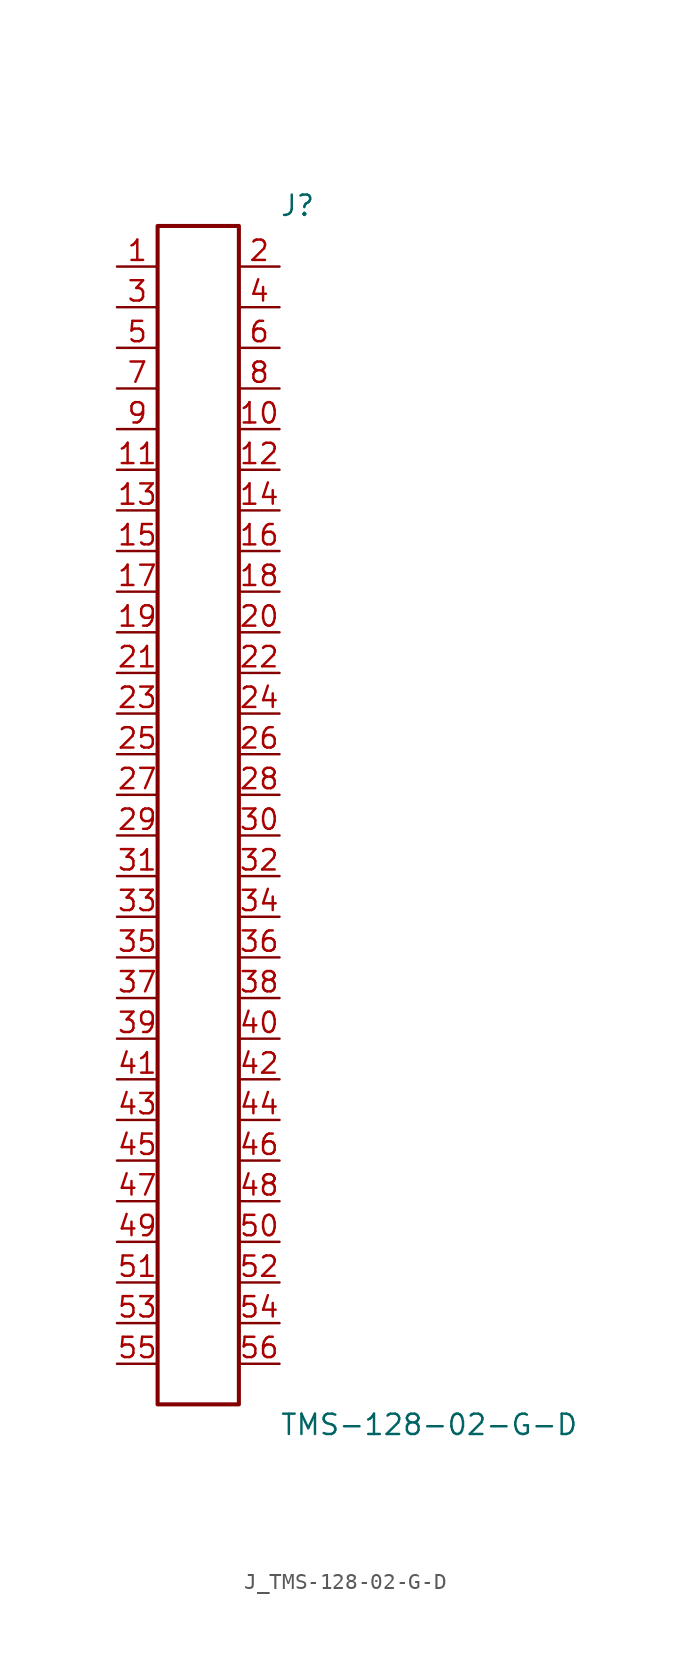
<source format=kicad_sym>
(kicad_symbol_lib
  (version 20231120)
  (generator kicad_symbol_editor)
  (generator_version 8.0)
  (symbol "J_TMS-128-02-G-D"
    (pin_names
      (offset 0.254))
    (property "Reference" "J"
      (at 5.08 38.1 0)
      (effects (font (size 1.27 1.27)) (justify left)))
    (property "Value" "TMS-128-02-G-D"
      (at 5.08 -38.1 0)
      (effects (font (size 1.27 1.27)) (justify left)))
    (symbol "J_TMS-128-02-G-D_0_0"
      (pin unspecified line (at -5.08 34.29 0) (length 2.54) (name "" (effects (font (size 1.27 1.27)))) (number "1" (effects (font (size 1.27 1.27)))))
      (pin unspecified line (at 5.08 34.29 180) (length 2.54) (name "" (effects (font (size 1.27 1.27)))) (number "2" (effects (font (size 1.27 1.27)))))
      (pin unspecified line (at -5.08 31.75 0) (length 2.54) (name "" (effects (font (size 1.27 1.27)))) (number "3" (effects (font (size 1.27 1.27)))))
      (pin unspecified line (at 5.08 31.75 180) (length 2.54) (name "" (effects (font (size 1.27 1.27)))) (number "4" (effects (font (size 1.27 1.27)))))
      (pin unspecified line (at -5.08 29.21 0) (length 2.54) (name "" (effects (font (size 1.27 1.27)))) (number "5" (effects (font (size 1.27 1.27)))))
      (pin unspecified line (at 5.08 29.21 180) (length 2.54) (name "" (effects (font (size 1.27 1.27)))) (number "6" (effects (font (size 1.27 1.27)))))
      (pin unspecified line (at -5.08 26.67 0) (length 2.54) (name "" (effects (font (size 1.27 1.27)))) (number "7" (effects (font (size 1.27 1.27)))))
      (pin unspecified line (at 5.08 26.67 180) (length 2.54) (name "" (effects (font (size 1.27 1.27)))) (number "8" (effects (font (size 1.27 1.27)))))
      (pin unspecified line (at -5.08 24.13 0) (length 2.54) (name "" (effects (font (size 1.27 1.27)))) (number "9" (effects (font (size 1.27 1.27)))))
      (pin unspecified line (at 5.08 24.13 180) (length 2.54) (name "" (effects (font (size 1.27 1.27)))) (number "10" (effects (font (size 1.27 1.27)))))
      (pin unspecified line (at -5.08 21.59 0) (length 2.54) (name "" (effects (font (size 1.27 1.27)))) (number "11" (effects (font (size 1.27 1.27)))))
      (pin unspecified line (at 5.08 21.59 180) (length 2.54) (name "" (effects (font (size 1.27 1.27)))) (number "12" (effects (font (size 1.27 1.27)))))
      (pin unspecified line (at -5.08 19.05 0) (length 2.54) (name "" (effects (font (size 1.27 1.27)))) (number "13" (effects (font (size 1.27 1.27)))))
      (pin unspecified line (at 5.08 19.05 180) (length 2.54) (name "" (effects (font (size 1.27 1.27)))) (number "14" (effects (font (size 1.27 1.27)))))
      (pin unspecified line (at -5.08 16.51 0) (length 2.54) (name "" (effects (font (size 1.27 1.27)))) (number "15" (effects (font (size 1.27 1.27)))))
      (pin unspecified line (at 5.08 16.51 180) (length 2.54) (name "" (effects (font (size 1.27 1.27)))) (number "16" (effects (font (size 1.27 1.27)))))
      (pin unspecified line (at -5.08 13.97 0) (length 2.54) (name "" (effects (font (size 1.27 1.27)))) (number "17" (effects (font (size 1.27 1.27)))))
      (pin unspecified line (at 5.08 13.97 180) (length 2.54) (name "" (effects (font (size 1.27 1.27)))) (number "18" (effects (font (size 1.27 1.27)))))
      (pin unspecified line (at -5.08 11.43 0) (length 2.54) (name "" (effects (font (size 1.27 1.27)))) (number "19" (effects (font (size 1.27 1.27)))))
      (pin unspecified line (at 5.08 11.43 180) (length 2.54) (name "" (effects (font (size 1.27 1.27)))) (number "20" (effects (font (size 1.27 1.27)))))
      (pin unspecified line (at -5.08 8.89 0) (length 2.54) (name "" (effects (font (size 1.27 1.27)))) (number "21" (effects (font (size 1.27 1.27)))))
      (pin unspecified line (at 5.08 8.89 180) (length 2.54) (name "" (effects (font (size 1.27 1.27)))) (number "22" (effects (font (size 1.27 1.27)))))
      (pin unspecified line (at -5.08 6.35 0) (length 2.54) (name "" (effects (font (size 1.27 1.27)))) (number "23" (effects (font (size 1.27 1.27)))))
      (pin unspecified line (at 5.08 6.35 180) (length 2.54) (name "" (effects (font (size 1.27 1.27)))) (number "24" (effects (font (size 1.27 1.27)))))
      (pin unspecified line (at -5.08 3.81 0) (length 2.54) (name "" (effects (font (size 1.27 1.27)))) (number "25" (effects (font (size 1.27 1.27)))))
      (pin unspecified line (at 5.08 3.81 180) (length 2.54) (name "" (effects (font (size 1.27 1.27)))) (number "26" (effects (font (size 1.27 1.27)))))
      (pin unspecified line (at -5.08 1.27 0) (length 2.54) (name "" (effects (font (size 1.27 1.27)))) (number "27" (effects (font (size 1.27 1.27)))))
      (pin unspecified line (at 5.08 1.27 180) (length 2.54) (name "" (effects (font (size 1.27 1.27)))) (number "28" (effects (font (size 1.27 1.27)))))
      (pin unspecified line (at -5.08 -1.27 0) (length 2.54) (name "" (effects (font (size 1.27 1.27)))) (number "29" (effects (font (size 1.27 1.27)))))
      (pin unspecified line (at 5.08 -1.27 180) (length 2.54) (name "" (effects (font (size 1.27 1.27)))) (number "30" (effects (font (size 1.27 1.27)))))
      (pin unspecified line (at -5.08 -3.81 0) (length 2.54) (name "" (effects (font (size 1.27 1.27)))) (number "31" (effects (font (size 1.27 1.27)))))
      (pin unspecified line (at 5.08 -3.81 180) (length 2.54) (name "" (effects (font (size 1.27 1.27)))) (number "32" (effects (font (size 1.27 1.27)))))
      (pin unspecified line (at -5.08 -6.35 0) (length 2.54) (name "" (effects (font (size 1.27 1.27)))) (number "33" (effects (font (size 1.27 1.27)))))
      (pin unspecified line (at 5.08 -6.35 180) (length 2.54) (name "" (effects (font (size 1.27 1.27)))) (number "34" (effects (font (size 1.27 1.27)))))
      (pin unspecified line (at -5.08 -8.89 0) (length 2.54) (name "" (effects (font (size 1.27 1.27)))) (number "35" (effects (font (size 1.27 1.27)))))
      (pin unspecified line (at 5.08 -8.89 180) (length 2.54) (name "" (effects (font (size 1.27 1.27)))) (number "36" (effects (font (size 1.27 1.27)))))
      (pin unspecified line (at -5.08 -11.43 0) (length 2.54) (name "" (effects (font (size 1.27 1.27)))) (number "37" (effects (font (size 1.27 1.27)))))
      (pin unspecified line (at 5.08 -11.43 180) (length 2.54) (name "" (effects (font (size 1.27 1.27)))) (number "38" (effects (font (size 1.27 1.27)))))
      (pin unspecified line (at -5.08 -13.97 0) (length 2.54) (name "" (effects (font (size 1.27 1.27)))) (number "39" (effects (font (size 1.27 1.27)))))
      (pin unspecified line (at 5.08 -13.97 180) (length 2.54) (name "" (effects (font (size 1.27 1.27)))) (number "40" (effects (font (size 1.27 1.27)))))
      (pin unspecified line (at -5.08 -16.51 0) (length 2.54) (name "" (effects (font (size 1.27 1.27)))) (number "41" (effects (font (size 1.27 1.27)))))
      (pin unspecified line (at 5.08 -16.51 180) (length 2.54) (name "" (effects (font (size 1.27 1.27)))) (number "42" (effects (font (size 1.27 1.27)))))
      (pin unspecified line (at -5.08 -19.05 0) (length 2.54) (name "" (effects (font (size 1.27 1.27)))) (number "43" (effects (font (size 1.27 1.27)))))
      (pin unspecified line (at 5.08 -19.05 180) (length 2.54) (name "" (effects (font (size 1.27 1.27)))) (number "44" (effects (font (size 1.27 1.27)))))
      (pin unspecified line (at -5.08 -21.59 0) (length 2.54) (name "" (effects (font (size 1.27 1.27)))) (number "45" (effects (font (size 1.27 1.27)))))
      (pin unspecified line (at 5.08 -21.59 180) (length 2.54) (name "" (effects (font (size 1.27 1.27)))) (number "46" (effects (font (size 1.27 1.27)))))
      (pin unspecified line (at -5.08 -24.13 0) (length 2.54) (name "" (effects (font (size 1.27 1.27)))) (number "47" (effects (font (size 1.27 1.27)))))
      (pin unspecified line (at 5.08 -24.13 180) (length 2.54) (name "" (effects (font (size 1.27 1.27)))) (number "48" (effects (font (size 1.27 1.27)))))
      (pin unspecified line (at -5.08 -26.67 0) (length 2.54) (name "" (effects (font (size 1.27 1.27)))) (number "49" (effects (font (size 1.27 1.27)))))
      (pin unspecified line (at 5.08 -26.67 180) (length 2.54) (name "" (effects (font (size 1.27 1.27)))) (number "50" (effects (font (size 1.27 1.27)))))
      (pin unspecified line (at -5.08 -29.21 0) (length 2.54) (name "" (effects (font (size 1.27 1.27)))) (number "51" (effects (font (size 1.27 1.27)))))
      (pin unspecified line (at 5.08 -29.21 180) (length 2.54) (name "" (effects (font (size 1.27 1.27)))) (number "52" (effects (font (size 1.27 1.27)))))
      (pin unspecified line (at -5.08 -31.75 0) (length 2.54) (name "" (effects (font (size 1.27 1.27)))) (number "53" (effects (font (size 1.27 1.27)))))
      (pin unspecified line (at 5.08 -31.75 180) (length 2.54) (name "" (effects (font (size 1.27 1.27)))) (number "54" (effects (font (size 1.27 1.27)))))
      (pin unspecified line (at -5.08 -34.29 0) (length 2.54) (name "" (effects (font (size 1.27 1.27)))) (number "55" (effects (font (size 1.27 1.27)))))
      (pin unspecified line (at 5.08 -34.29 180) (length 2.54) (name "" (effects (font (size 1.27 1.27)))) (number "56" (effects (font (size 1.27 1.27))))))
    (symbol "J_TMS-128-02-G-D_1_0"
      (rectangle (start -2.54 36.83) (end 2.54 -36.83) (stroke (width 0.254) (type solid)) (fill (type none))))))
</source>
